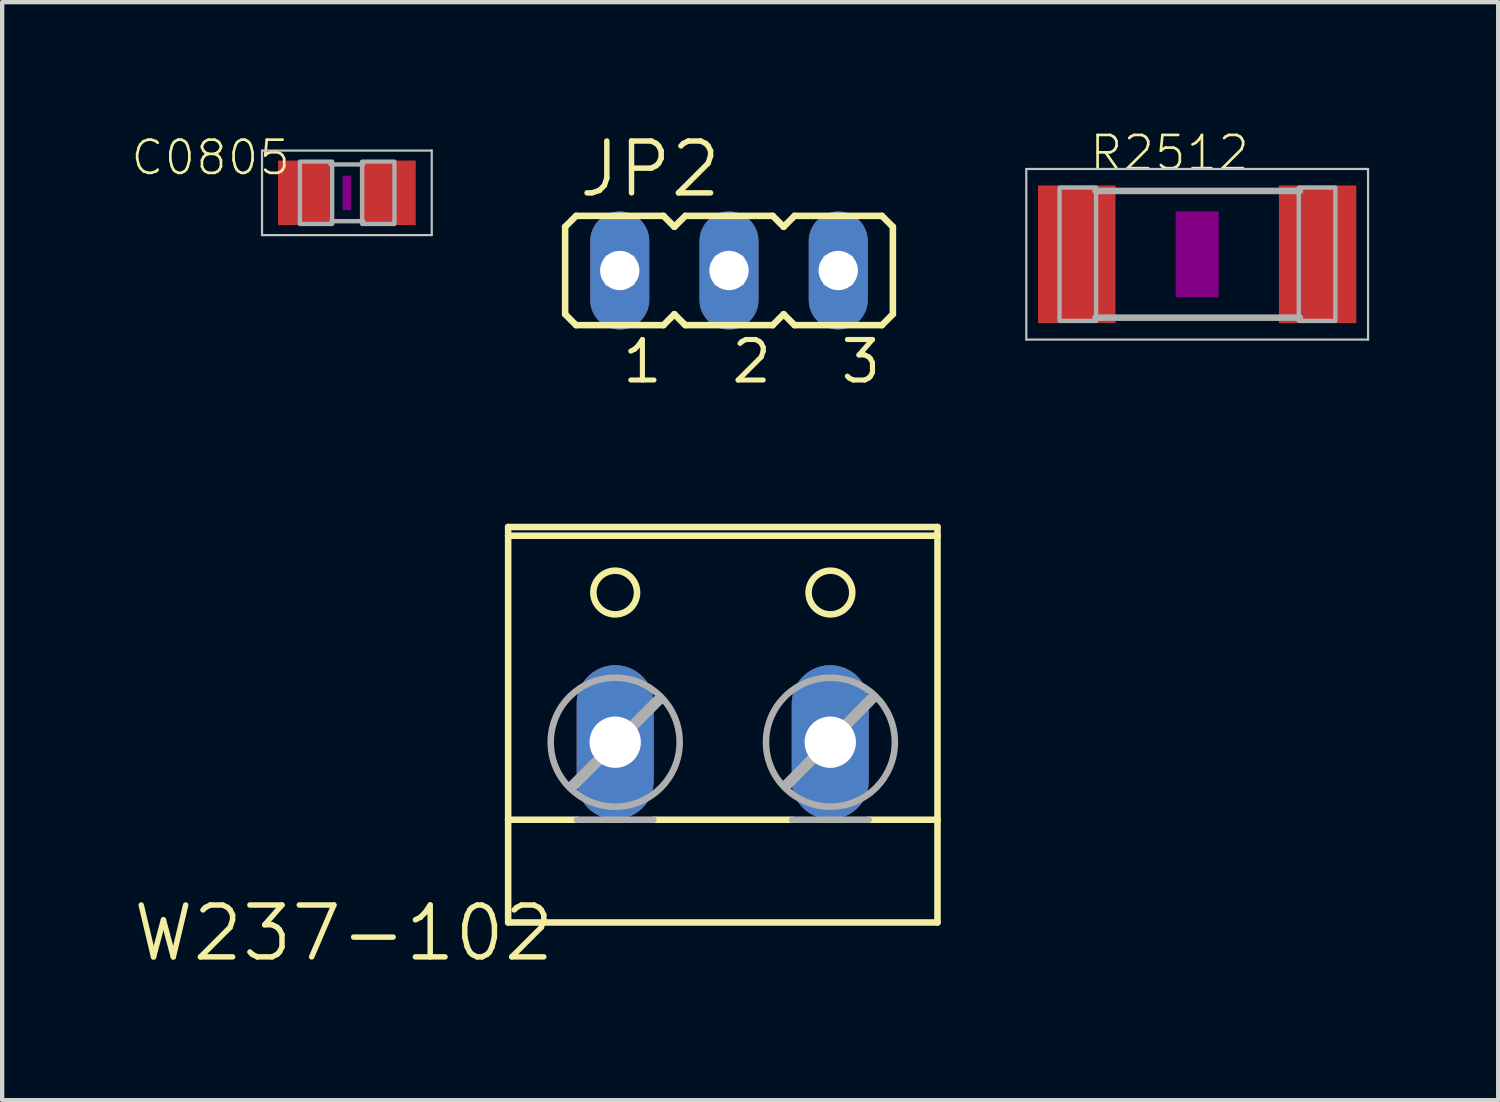
<source format=kicad_pcb>
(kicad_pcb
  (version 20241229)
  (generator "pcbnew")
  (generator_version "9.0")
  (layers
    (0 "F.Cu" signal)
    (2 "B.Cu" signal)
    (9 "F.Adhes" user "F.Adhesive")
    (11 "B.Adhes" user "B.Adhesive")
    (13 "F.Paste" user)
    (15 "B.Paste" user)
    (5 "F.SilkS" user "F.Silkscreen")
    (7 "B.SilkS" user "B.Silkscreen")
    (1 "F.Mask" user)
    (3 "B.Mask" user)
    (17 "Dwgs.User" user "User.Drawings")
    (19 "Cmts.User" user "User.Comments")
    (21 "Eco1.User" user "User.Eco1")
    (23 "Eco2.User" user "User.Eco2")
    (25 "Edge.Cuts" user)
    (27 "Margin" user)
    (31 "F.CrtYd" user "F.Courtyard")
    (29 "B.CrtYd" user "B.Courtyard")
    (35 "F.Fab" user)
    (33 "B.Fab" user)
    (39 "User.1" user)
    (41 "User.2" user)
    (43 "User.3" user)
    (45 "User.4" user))
  (footprint "W237-102"
    (layer "F.Cu")
    (at 13.753 12.936)
    (property "Reference" "W237-102" (at -3.846 5.004 0) (layer "F.SilkS") (effects (font (size 1.206 1.206) (thickness 0.127)) (justify right top)))
    (attr through_hole)
    (fp_line (start -4.989 -3.531) (end -4.989 -3.734) (stroke (width 0.152) (type solid)) (layer "F.SilkS"))
    (fp_line (start -4.989 -3.531) (end 4.993 -3.531) (stroke (width 0.152) (type solid)) (layer "F.SilkS"))
    (fp_line (start -4.989 3.073) (end -4.989 -3.531) (stroke (width 0.152) (type solid)) (layer "F.SilkS"))
    (fp_line (start -4.989 3.073) (end -3.389 3.073) (stroke (width 0.152) (type solid)) (layer "F.SilkS"))
    (fp_line (start -4.989 5.461) (end -4.989 3.073) (stroke (width 0.152) (type solid)) (layer "F.SilkS"))
    (fp_line (start -4.989 5.461) (end 4.993 5.461) (stroke (width 0.152) (type solid)) (layer "F.SilkS"))
    (fp_line (start -1.611 3.073) (end 1.615 3.073) (stroke (width 0.152) (type solid)) (layer "F.SilkS"))
    (fp_line (start 3.393 3.073) (end 4.993 3.073) (stroke (width 0.152) (type solid)) (layer "F.SilkS"))
    (fp_line (start 4.993 -3.734) (end -4.989 -3.734) (stroke (width 0.152) (type solid)) (layer "F.SilkS"))
    (fp_line (start 4.993 -3.734) (end 4.993 -3.531) (stroke (width 0.152) (type solid)) (layer "F.SilkS"))
    (fp_line (start 4.993 -3.531) (end 4.993 3.073) (stroke (width 0.152) (type solid)) (layer "F.SilkS"))
    (fp_line (start 4.993 3.073) (end 4.993 5.461) (stroke (width 0.152) (type solid)) (layer "F.SilkS"))
    (fp_circle (center -2.5 -2.21) (end -1.992 -2.21) (stroke (width 0.152) (type solid)) (fill no) (layer "F.SilkS"))
    (fp_circle (center 2.504 -2.21) (end 3.012 -2.21) (stroke (width 0.152) (type solid)) (fill no) (layer "F.SilkS"))
    (fp_line (start -3.491 2.286) (end -1.484 0.279) (stroke (width 0.254) (type solid)) (layer "F.Fab"))
    (fp_line (start -3.389 3.073) (end -1.611 3.073) (stroke (width 0.152) (type solid)) (layer "F.Fab"))
    (fp_line (start 1.488 2.261) (end 3.469 0.254) (stroke (width 0.254) (type solid)) (layer "F.Fab"))
    (fp_line (start 1.615 3.073) (end 3.393 3.073) (stroke (width 0.152) (type solid)) (layer "F.Fab"))
    (fp_circle (center -2.5 1.27) (end -1.001 1.27) (stroke (width 0.152) (type solid)) (fill no) (layer "F.Fab"))
    (fp_circle (center 2.504 1.27) (end 4.002 1.27) (stroke (width 0.152) (type solid)) (fill no) (layer "F.Fab"))
    (pad "1" thru_hole oval (at -2.5 1.27 90) (size 3.581 1.791) (drill 1.194) (layers "*.Cu" "*.Mask"))
    (pad "2" thru_hole oval (at 2.5 1.27 90) (size 3.581 1.791) (drill 1.194) (layers "*.Cu" "*.Mask")))
  (footprint "C0805"
    (layer "F.Cu")
    (at 5.015 1.433)
    (property "Reference" "C0805" (at -1.27 -1.27 180) (layer "F.SilkS") (effects (font (size 0.772 0.772) (thickness 0.062)) (justify right top)))
    (attr through_hole)
    (fp_poly (pts (xy -0.1 0.4) (xy 0.1 0.4) (xy 0.1 -0.4) (xy -0.1 -0.4)) (stroke (width 0) (type solid)) (fill yes) (layer "F.Adhes"))
    (fp_line (start -1.973 -0.983) (end 1.973 -0.983) (stroke (width 0.051) (type solid)) (layer "Dwgs.User"))
    (fp_line (start -1.973 0.983) (end -1.973 -0.983) (stroke (width 0.051) (type solid)) (layer "Dwgs.User"))
    (fp_line (start 1.973 -0.983) (end 1.973 0.983) (stroke (width 0.051) (type solid)) (layer "Dwgs.User"))
    (fp_line (start 1.973 0.983) (end -1.973 0.983) (stroke (width 0.051) (type solid)) (layer "Dwgs.User"))
    (fp_line (start -0.381 -0.66) (end 0.381 -0.66) (stroke (width 0.102) (type solid)) (layer "F.Fab"))
    (fp_line (start -0.356 0.66) (end 0.381 0.66) (stroke (width 0.102) (type solid)) (layer "F.Fab"))
    (fp_poly (pts (xy -1.092 0.724) (xy -0.342 0.724) (xy -0.342 -0.726) (xy -1.092 -0.726)) (stroke (width 0.1) (type solid)) (fill no) (layer "F.Fab"))
    (fp_poly (pts (xy 0.356 0.724) (xy 1.106 0.724) (xy 1.106 -0.726) (xy 0.356 -0.726)) (stroke (width 0.1) (type solid)) (fill no) (layer "F.Fab"))
    (pad "1" smd rect (at -0.95 0) (size 1.3 1.5) (layers "F.Cu" "F.Mask" "F.Paste"))
    (pad "2" smd rect (at 0.95 0) (size 1.3 1.5) (layers "F.Cu" "F.Mask" "F.Paste")))
  (footprint "R2512"
    (layer "F.Cu")
    (at 24.784 2.862)
    (property "Reference" "R2512" (at -2.54 -1.905 0) (layer "F.SilkS") (effects (font (size 0.772 0.772) (thickness 0.062)) (justify left bottom)))
    (attr through_hole)
    (fp_poly (pts (xy -0.5 1) (xy 0.5 1) (xy 0.5 -1) (xy -0.5 -1)) (stroke (width 0) (type solid)) (fill yes) (layer "F.Adhes"))
    (fp_line (start -3.973 -1.983) (end 3.973 -1.983) (stroke (width 0.051) (type solid)) (layer "Dwgs.User"))
    (fp_line (start -3.973 1.983) (end -3.973 -1.983) (stroke (width 0.051) (type solid)) (layer "Dwgs.User"))
    (fp_line (start 3.973 -1.983) (end 3.973 1.983) (stroke (width 0.051) (type solid)) (layer "Dwgs.User"))
    (fp_line (start 3.973 1.983) (end -3.973 1.983) (stroke (width 0.051) (type solid)) (layer "Dwgs.User"))
    (fp_line (start -2.362 -1.473) (end 2.387 -1.473) (stroke (width 0.152) (type solid)) (layer "F.Fab"))
    (fp_line (start -2.362 1.473) (end 2.387 1.473) (stroke (width 0.152) (type solid)) (layer "F.Fab"))
    (fp_poly (pts (xy -3.2 1.549) (xy -2.35 1.549) (xy -2.35 -1.551) (xy -3.2 -1.551)) (stroke (width 0.1) (type solid)) (fill no) (layer "F.Fab"))
    (fp_poly (pts (xy 2.362 1.549) (xy 3.212 1.549) (xy 3.212 -1.551) (xy 2.362 -1.551)) (stroke (width 0.1) (type solid)) (fill no) (layer "F.Fab"))
    (pad "1" smd rect (at -2.8 0) (size 1.8 3.2) (layers "F.Cu" "F.Mask" "F.Paste"))
    (pad "2" smd rect (at 2.8 0) (size 1.8 3.2) (layers "F.Cu" "F.Mask" "F.Paste")))
  (footprint "JP2"
    (layer "F.Cu")
    (at 13.899 3.239)
    (property "Reference" "JP2" (at -3.556 -1.651 0) (layer "F.SilkS") (effects (font (size 1.206 1.206) (thickness 0.127)) (justify left bottom)))
    (attr through_hole)
    (fp_line (start -3.81 -1.016) (end -3.556 -1.27) (stroke (width 0.152) (type solid)) (layer "F.SilkS"))
    (fp_line (start -3.81 1.016) (end -3.81 -1.016) (stroke (width 0.152) (type solid)) (layer "F.SilkS"))
    (fp_line (start -3.81 1.016) (end -3.556 1.27) (stroke (width 0.152) (type solid)) (layer "F.SilkS"))
    (fp_line (start -1.524 -1.27) (end -3.556 -1.27) (stroke (width 0.152) (type solid)) (layer "F.SilkS"))
    (fp_line (start -1.524 -1.27) (end -1.27 -1.016) (stroke (width 0.152) (type solid)) (layer "F.SilkS"))
    (fp_line (start -1.524 1.27) (end -3.556 1.27) (stroke (width 0.152) (type solid)) (layer "F.SilkS"))
    (fp_line (start -1.524 1.27) (end -1.27 1.016) (stroke (width 0.152) (type solid)) (layer "F.SilkS"))
    (fp_line (start -1.27 -1.016) (end -1.016 -1.27) (stroke (width 0.152) (type solid)) (layer "F.SilkS"))
    (fp_line (start -1.27 1.016) (end -1.016 1.27) (stroke (width 0.152) (type solid)) (layer "F.SilkS"))
    (fp_line (start 1.016 -1.27) (end -1.016 -1.27) (stroke (width 0.152) (type solid)) (layer "F.SilkS"))
    (fp_line (start 1.016 -1.27) (end 1.27 -1.016) (stroke (width 0.152) (type solid)) (layer "F.SilkS"))
    (fp_line (start 1.016 1.27) (end -1.016 1.27) (stroke (width 0.152) (type solid)) (layer "F.SilkS"))
    (fp_line (start 1.016 1.27) (end 1.27 1.016) (stroke (width 0.152) (type solid)) (layer "F.SilkS"))
    (fp_line (start 1.27 -1.016) (end 1.524 -1.27) (stroke (width 0.152) (type solid)) (layer "F.SilkS"))
    (fp_line (start 1.27 1.016) (end 1.524 1.27) (stroke (width 0.152) (type solid)) (layer "F.SilkS"))
    (fp_line (start 3.556 -1.27) (end 1.524 -1.27) (stroke (width 0.152) (type solid)) (layer "F.SilkS"))
    (fp_line (start 3.556 -1.27) (end 3.81 -1.016) (stroke (width 0.152) (type solid)) (layer "F.SilkS"))
    (fp_line (start 3.556 1.27) (end 1.524 1.27) (stroke (width 0.152) (type solid)) (layer "F.SilkS"))
    (fp_line (start 3.556 1.27) (end 3.81 1.016) (stroke (width 0.152) (type solid)) (layer "F.SilkS"))
    (fp_line (start 3.81 -1.016) (end 3.81 1.016) (stroke (width 0.152) (type solid)) (layer "F.SilkS"))
    (fp_poly (pts (xy -2.845 0.305) (xy -2.235 0.305) (xy -2.235 -0.305) (xy -2.845 -0.305)) (stroke (width 0.1) (type solid)) (fill no) (layer "F.Fab"))
    (fp_poly (pts (xy -0.305 0.305) (xy 0.305 0.305) (xy 0.305 -0.305) (xy -0.305 -0.305)) (stroke (width 0.1) (type solid)) (fill no) (layer "F.Fab"))
    (fp_poly (pts (xy 2.235 0.305) (xy 2.845 0.305) (xy 2.845 -0.305) (xy 2.235 -0.305)) (stroke (width 0.1) (type solid)) (fill no) (layer "F.Fab"))
    (fp_text user "3" (at 2.54 2.667 0) (layer "F.SilkS") (effects (font (size 0.941 0.941) (thickness 0.119)) (justify left bottom)))
    (fp_text user "1" (at -2.54 2.667 0) (layer "F.SilkS") (effects (font (size 0.941 0.941) (thickness 0.119)) (justify left bottom)))
    (fp_text user "2" (at 0 2.667 0) (layer "F.SilkS") (effects (font (size 0.941 0.941) (thickness 0.119)) (justify left bottom)))
    (pad "1" thru_hole oval (at -2.54 0 90) (size 2.743 1.372) (drill 0.914) (layers "*.Cu" "*.Mask"))
    (pad "2" thru_hole oval (at 0 0 90) (size 2.743 1.372) (drill 0.914) (layers "*.Cu" "*.Mask"))
    (pad "3" thru_hole oval (at 2.54 0 90) (size 2.743 1.372) (drill 0.914) (layers "*.Cu" "*.Mask")))
  (gr_rect
    (start -3 -3)
    (end 31.782 22.528)
    (stroke (width 0.1) (type default))
    (fill no)
    (layer "Edge.Cuts")))
</source>
